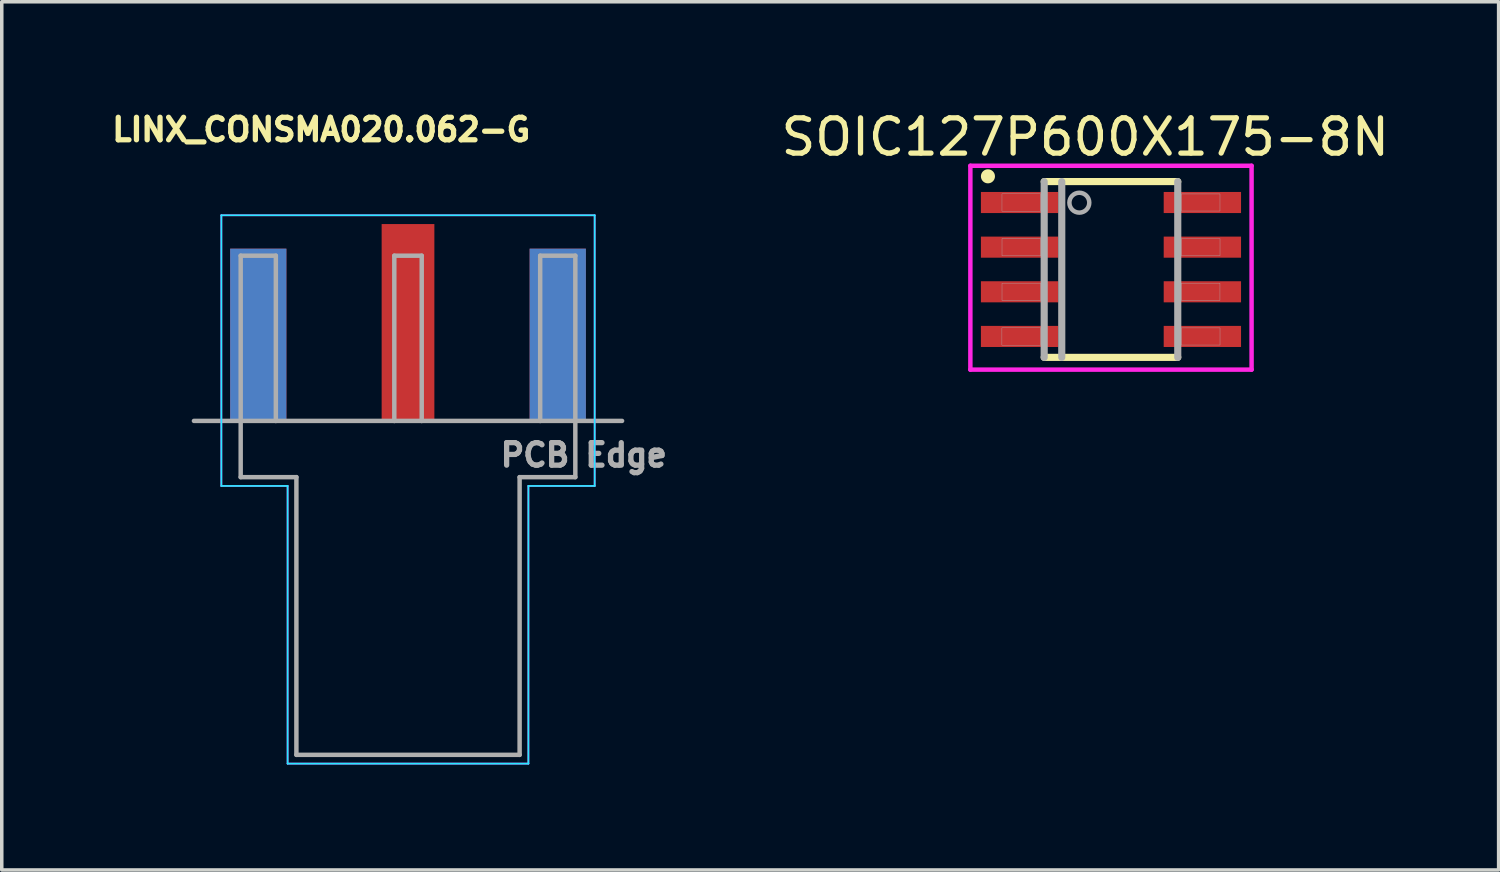
<source format=kicad_pcb>
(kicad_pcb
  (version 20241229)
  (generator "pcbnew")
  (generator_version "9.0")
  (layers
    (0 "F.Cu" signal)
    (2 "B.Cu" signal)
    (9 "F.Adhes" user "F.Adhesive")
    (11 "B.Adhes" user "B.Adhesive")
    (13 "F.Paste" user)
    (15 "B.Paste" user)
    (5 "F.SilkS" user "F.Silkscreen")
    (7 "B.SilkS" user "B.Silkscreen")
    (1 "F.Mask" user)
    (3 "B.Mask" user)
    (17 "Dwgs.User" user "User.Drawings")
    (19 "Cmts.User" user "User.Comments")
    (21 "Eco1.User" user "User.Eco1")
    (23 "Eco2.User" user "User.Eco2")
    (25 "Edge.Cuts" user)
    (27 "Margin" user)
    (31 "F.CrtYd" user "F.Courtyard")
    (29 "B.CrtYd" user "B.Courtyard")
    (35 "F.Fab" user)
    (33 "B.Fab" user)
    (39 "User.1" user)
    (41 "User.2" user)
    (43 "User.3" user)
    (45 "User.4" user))
  (footprint "SOIC127P600X175-8N"
    (layer "F.Cu")
    (at 28.555 4.616)
    (property "Reference" "SOIC127P600X175-8N" (at -0.731 -3.767 0) (layer "F.SilkS") (effects (font (size 1.002 1.002) (thickness 0.15))))
    (attr smd)
    (fp_line (start -1.9 -2.5) (end 1.9 -2.5) (stroke (width 0.203) (type solid)) (layer "F.SilkS"))
    (fp_line (start 1.9 2.5) (end -1.9 2.5) (stroke (width 0.203) (type solid)) (layer "F.SilkS"))
    (fp_circle (center -3.5 -2.65) (end -3.3 -2.65) (stroke (width 0) (type solid)) (fill yes) (layer "F.SilkS"))
    (fp_line (start -4 -2.95) (end 4 -2.95) (stroke (width 0.127) (type solid)) (layer "F.CrtYd"))
    (fp_line (start -4 2.85) (end -4 -2.95) (stroke (width 0.127) (type solid)) (layer "F.CrtYd"))
    (fp_line (start 4 -2.95) (end 4 2.85) (stroke (width 0.127) (type solid)) (layer "F.CrtYd"))
    (fp_line (start 4 2.85) (end -4 2.85) (stroke (width 0.127) (type solid)) (layer "F.CrtYd"))
    (fp_line (start -1.9 2.5) (end -1.9 -2.5) (stroke (width 0.203) (type solid)) (layer "F.Fab"))
    (fp_line (start -1.4 2.5) (end -1.4 -2.5) (stroke (width 0.203) (type solid)) (layer "F.Fab"))
    (fp_line (start 1.9 -2.5) (end 1.9 2.5) (stroke (width 0.203) (type solid)) (layer "F.Fab"))
    (fp_circle (center -0.9 -1.9) (end -0.617 -1.9) (stroke (width 0.127) (type solid)) (fill no) (layer "F.Fab"))
    (fp_poly (pts (xy -2.002 -2.152) (xy -2.002 -1.659) (xy -3.101 -1.659) (xy -3.101 -2.152)) (stroke (width 0.01) (type solid)) (fill no) (layer "F.Fab"))
    (fp_poly (pts (xy -2 -0.88) (xy -2 -0.39) (xy -3.1 -0.39) (xy -3.1 -0.88)) (stroke (width 0.01) (type solid)) (fill no) (layer "F.Fab"))
    (fp_poly (pts (xy -2 1.66) (xy -2 2.153) (xy -3.103 2.153) (xy -3.103 1.66)) (stroke (width 0.01) (type solid)) (fill no) (layer "F.Fab"))
    (fp_poly (pts (xy -2 0.39) (xy -2 0.88) (xy -3.1 0.88) (xy -3.1 0.39)) (stroke (width 0.01) (type solid)) (fill no) (layer "F.Fab"))
    (fp_poly (pts (xy 3.1 0.39) (xy 3.1 0.88) (xy 2 0.88) (xy 2 0.39)) (stroke (width 0.01) (type solid)) (fill no) (layer "F.Fab"))
    (fp_poly (pts (xy 3.101 -2.149) (xy 3.101 -1.662) (xy 2.003 -1.662) (xy 2.003 -2.149)) (stroke (width 0.01) (type solid)) (fill no) (layer "F.Fab"))
    (fp_poly (pts (xy 3.102 1.662) (xy 3.102 2.15) (xy 2 2.15) (xy 2 1.662)) (stroke (width 0.01) (type solid)) (fill no) (layer "F.Fab"))
    (fp_poly (pts (xy 3.102 -0.878) (xy 3.102 -0.392) (xy 2.002 -0.392) (xy 2.002 -0.878)) (stroke (width 0.01) (type solid)) (fill no) (layer "F.Fab"))
    (pad "1" smd rect (at -2.6 -1.905) (size 2.2 0.6) (layers "F.Cu" "F.Mask" "F.Paste"))
    (pad "2" smd rect (at -2.6 -0.635) (size 2.2 0.6) (layers "F.Cu" "F.Mask" "F.Paste"))
    (pad "3" smd rect (at -2.6 0.635) (size 2.2 0.6) (layers "F.Cu" "F.Mask" "F.Paste"))
    (pad "4" smd rect (at -2.6 1.905) (size 2.2 0.6) (layers "F.Cu" "F.Mask" "F.Paste"))
    (pad "5" smd rect (at 2.6 1.905) (size 2.2 0.6) (layers "F.Cu" "F.Mask" "F.Paste"))
    (pad "6" smd rect (at 2.6 0.635) (size 2.2 0.6) (layers "F.Cu" "F.Mask" "F.Paste"))
    (pad "7" smd rect (at 2.6 -0.635) (size 2.2 0.6) (layers "F.Cu" "F.Mask" "F.Paste"))
    (pad "8" smd rect (at 2.6 -1.905) (size 2.2 0.6) (layers "F.Cu" "F.Mask" "F.Paste")))
  (footprint "LINX_CONSMA020.062-G"
    (layer "F.Cu")
    (at 8.557 8.924)
    (property "Reference" "LINX_CONSMA020.062-G" (at -2.468 -8.286 0) (layer "F.SilkS") (effects (font (size 0.64 0.64) (thickness 0.15))))
    (attr smd)
    (fp_line (start -5.31 -5.85) (end -5.31 1.85) (stroke (width 0.05) (type solid)) (layer "B.CrtYd"))
    (fp_line (start -5.31 1.85) (end -3.425 1.85) (stroke (width 0.05) (type solid)) (layer "B.CrtYd"))
    (fp_line (start -3.425 1.85) (end -3.425 9.75) (stroke (width 0.05) (type solid)) (layer "B.CrtYd"))
    (fp_line (start -3.425 9.75) (end 3.425 9.75) (stroke (width 0.05) (type solid)) (layer "B.CrtYd"))
    (fp_line (start 3.425 1.85) (end 3.425 9.75) (stroke (width 0.05) (type solid)) (layer "B.CrtYd"))
    (fp_line (start 5.31 -5.85) (end -5.31 -5.85) (stroke (width 0.05) (type solid)) (layer "B.CrtYd"))
    (fp_line (start 5.31 1.85) (end 3.425 1.85) (stroke (width 0.05) (type solid)) (layer "B.CrtYd"))
    (fp_line (start 5.31 1.85) (end 5.31 -5.85) (stroke (width 0.05) (type solid)) (layer "B.CrtYd"))
    (fp_line (start -5.31 -5.85) (end -5.31 1.85) (stroke (width 0.05) (type solid)) (layer "F.CrtYd"))
    (fp_line (start -5.31 1.85) (end -3.425 1.85) (stroke (width 0.05) (type solid)) (layer "F.CrtYd"))
    (fp_line (start -3.425 1.85) (end -3.425 9.75) (stroke (width 0.05) (type solid)) (layer "F.CrtYd"))
    (fp_line (start -3.425 9.75) (end 3.425 9.75) (stroke (width 0.05) (type solid)) (layer "F.CrtYd"))
    (fp_line (start 3.425 1.85) (end 3.425 9.75) (stroke (width 0.05) (type solid)) (layer "F.CrtYd"))
    (fp_line (start 5.31 -5.85) (end -5.31 -5.85) (stroke (width 0.05) (type solid)) (layer "F.CrtYd"))
    (fp_line (start 5.31 1.85) (end 3.425 1.85) (stroke (width 0.05) (type solid)) (layer "F.CrtYd"))
    (fp_line (start 5.31 1.85) (end 5.31 -5.85) (stroke (width 0.05) (type solid)) (layer "F.CrtYd"))
    (fp_line (start -6.09 0) (end -4.76 0) (stroke (width 0.127) (type solid)) (layer "F.Fab"))
    (fp_line (start -4.76 -4.7) (end -4.76 0) (stroke (width 0.127) (type solid)) (layer "F.Fab"))
    (fp_line (start -4.76 0) (end -3.76 0) (stroke (width 0.127) (type solid)) (layer "F.Fab"))
    (fp_line (start -4.76 1.6) (end -4.76 0) (stroke (width 0.127) (type solid)) (layer "F.Fab"))
    (fp_line (start -3.76 -4.7) (end -4.76 -4.7) (stroke (width 0.127) (type solid)) (layer "F.Fab"))
    (fp_line (start -3.76 0) (end -3.76 -4.7) (stroke (width 0.127) (type solid)) (layer "F.Fab"))
    (fp_line (start -3.76 0) (end -0.39 0) (stroke (width 0.127) (type solid)) (layer "F.Fab"))
    (fp_line (start -3.175 1.6) (end -4.76 1.6) (stroke (width 0.127) (type solid)) (layer "F.Fab"))
    (fp_line (start -3.175 1.6) (end -3.175 9.5) (stroke (width 0.127) (type solid)) (layer "F.Fab"))
    (fp_line (start -3.175 9.5) (end 3.175 9.5) (stroke (width 0.127) (type solid)) (layer "F.Fab"))
    (fp_line (start -0.39 -4.7) (end 0.39 -4.7) (stroke (width 0.127) (type solid)) (layer "F.Fab"))
    (fp_line (start -0.39 0) (end -0.39 -4.7) (stroke (width 0.127) (type solid)) (layer "F.Fab"))
    (fp_line (start -0.39 0) (end 0.39 0) (stroke (width 0.127) (type solid)) (layer "F.Fab"))
    (fp_line (start 0.39 -4.7) (end 0.39 0) (stroke (width 0.127) (type solid)) (layer "F.Fab"))
    (fp_line (start 0.39 0) (end 3.76 0) (stroke (width 0.127) (type solid)) (layer "F.Fab"))
    (fp_line (start 3.175 9.5) (end 3.175 1.6) (stroke (width 0.127) (type solid)) (layer "F.Fab"))
    (fp_line (start 3.76 -4.7) (end 4.76 -4.7) (stroke (width 0.127) (type solid)) (layer "F.Fab"))
    (fp_line (start 3.76 0) (end 3.76 -4.7) (stroke (width 0.127) (type solid)) (layer "F.Fab"))
    (fp_line (start 3.76 0) (end 4.76 0) (stroke (width 0.127) (type solid)) (layer "F.Fab"))
    (fp_line (start 4.76 -4.7) (end 4.76 0) (stroke (width 0.127) (type solid)) (layer "F.Fab"))
    (fp_line (start 4.76 0) (end 4.76 1.6) (stroke (width 0.127) (type solid)) (layer "F.Fab"))
    (fp_line (start 4.76 0) (end 6.09 0) (stroke (width 0.127) (type solid)) (layer "F.Fab"))
    (fp_line (start 4.76 1.6) (end 3.175 1.6) (stroke (width 0.127) (type solid)) (layer "F.Fab"))
    (fp_text user "PCB Edge" (at 5 0.97 0) (layer "F.Fab") (effects (font (size 0.64 0.64) (thickness 0.15))))
    (pad "1" smd rect (at 0 -2.8) (size 1.5 5.6) (layers "F.Cu" "F.Mask" "F.Paste"))
    (pad "S1" smd rect (at -4.26 -2.45) (size 1.6 4.9) (layers "F.Cu" "F.Mask" "F.Paste"))
    (pad "S2" smd rect (at 4.26 -2.45) (size 1.6 4.9) (layers "F.Cu" "F.Mask" "F.Paste"))
    (pad "S3" smd rect (at -4.26 -2.45) (size 1.6 4.9) (layers "B.Cu" "B.Mask" "B.Paste"))
    (pad "S4" smd rect (at 4.26 -2.45) (size 1.6 4.9) (layers "B.Cu" "B.Mask" "B.Paste")))
  (gr_rect
    (start -3 -3)
    (end 39.583 21.699)
    (stroke (width 0.1) (type default))
    (fill no)
    (layer "Edge.Cuts")))
</source>
